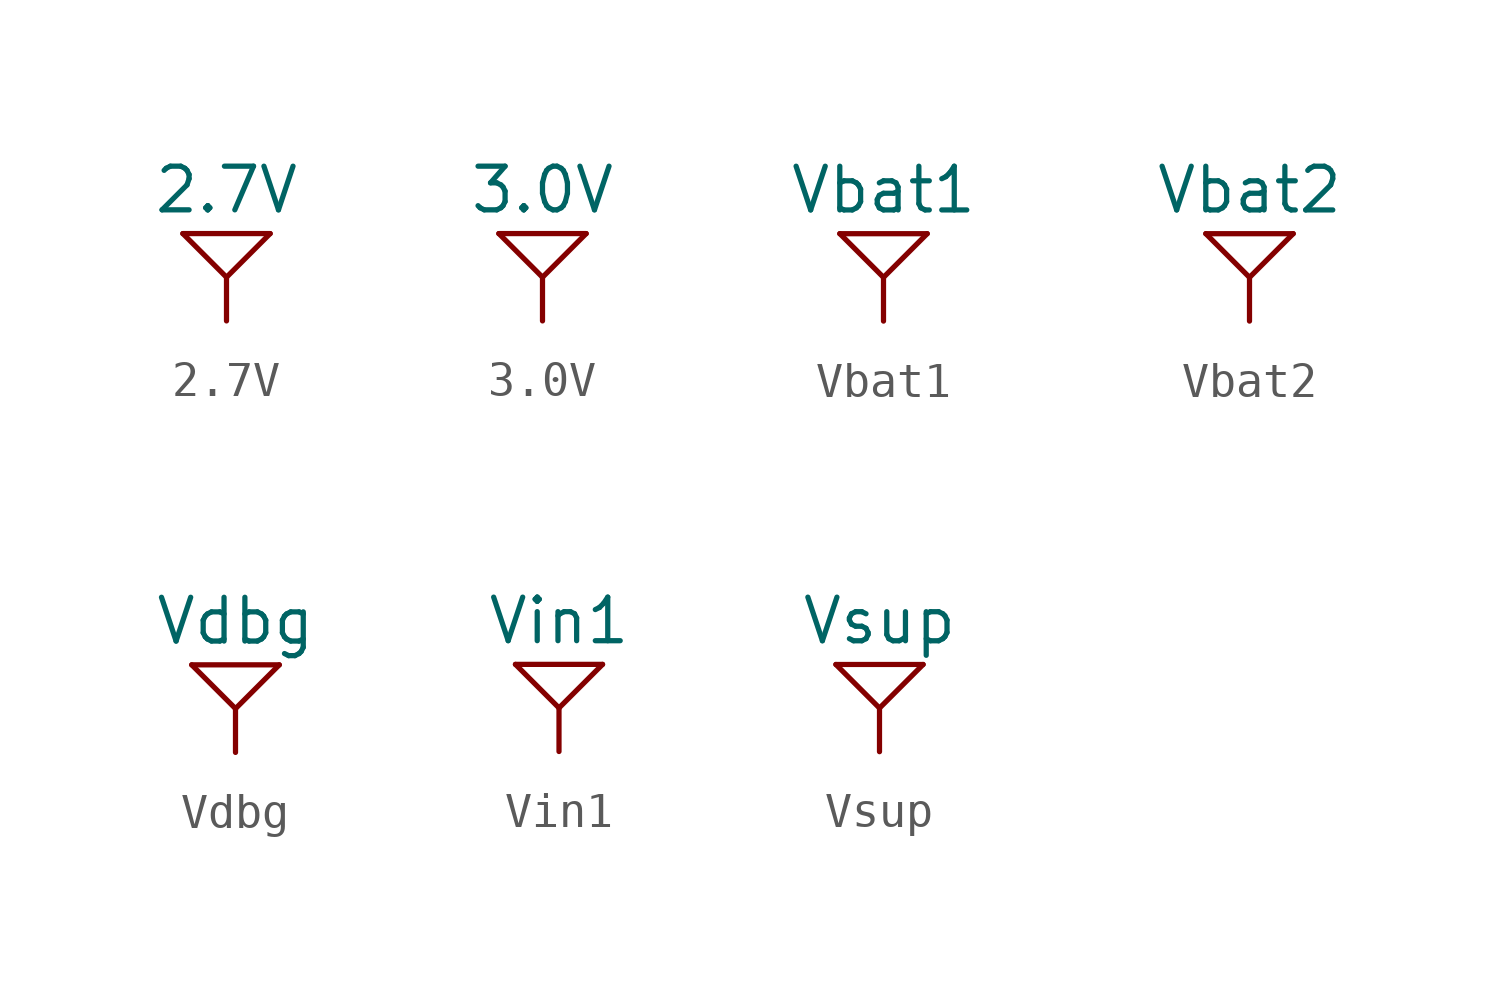
<source format=kicad_sym>
(kicad_symbol_lib
  (version 20211014)
  (generator kicad_symbol_editor)
  (symbol "2.7V"
    (power)
    (pin_names
      (offset 0))
    (property "Reference" "#PWR"
      (at 0 -2.54 0)
      (effects (font (size 1.27 1.27)) hide))
    (property "Value" "2.7V"
      (at 0 3.81 0)
      (effects (font (size 1.27 1.27))))
    (symbol "2.7V_0_1"
      (rectangle (start -1.27 2.54) (end 1.27 2.54) (stroke (width 0) (type default) (color 0 0 0 0)) (fill (type none)))
      (polyline (pts (xy -1.27 2.54) (xy 0 1.27)) (stroke (width 0) (type default) (color 0 0 0 0)) (fill (type none)))
      (polyline (pts (xy 0 0) (xy 0 1.27)) (stroke (width 0) (type default) (color 0 0 0 0)) (fill (type none)))
      (polyline (pts (xy 0 1.27) (xy 1.27 2.54)) (stroke (width 0) (type default) (color 0 0 0 0)) (fill (type none))))
    (symbol "2.7V_1_1"
      (pin power_in line (at 0 0 180) (length 0) hide (name "2.7V" (effects (font (size 1.27 1.27)))) (number "1" (effects (font (size 1.27 1.27)))))))
  (symbol "3.0V"
    (power)
    (pin_names
      (offset 0))
    (property "Reference" "#PWR"
      (at 0 -2.54 0)
      (effects (font (size 1.27 1.27)) hide))
    (property "Value" "3.0V"
      (at 0 3.81 0)
      (effects (font (size 1.27 1.27))))
    (symbol "3.0V_0_1"
      (rectangle (start -1.27 2.54) (end 1.27 2.54) (stroke (width 0) (type default) (color 0 0 0 0)) (fill (type none)))
      (polyline (pts (xy -1.27 2.54) (xy 0 1.27)) (stroke (width 0) (type default) (color 0 0 0 0)) (fill (type none)))
      (polyline (pts (xy 0 0) (xy 0 1.27)) (stroke (width 0) (type default) (color 0 0 0 0)) (fill (type none)))
      (polyline (pts (xy 0 1.27) (xy 1.27 2.54)) (stroke (width 0) (type default) (color 0 0 0 0)) (fill (type none))))
    (symbol "3.0V_1_1"
      (pin power_in line (at 0 0 180) (length 0) hide (name "3.0V" (effects (font (size 1.27 1.27)))) (number "1" (effects (font (size 1.27 1.27)))))))
  (symbol "Vbat1"
    (power)
    (pin_names
      (offset 0))
    (property "Reference" "#PWR"
      (at 0 -2.54 0)
      (effects (font (size 1.27 1.27)) hide))
    (property "Value" "Vbat1"
      (at 0 3.81 0)
      (effects (font (size 1.27 1.27))))
    (symbol "Vbat1_0_1"
      (rectangle (start -1.27 2.54) (end 1.27 2.54) (stroke (width 0) (type default) (color 0 0 0 0)) (fill (type none)))
      (polyline (pts (xy -1.27 2.54) (xy 0 1.27)) (stroke (width 0) (type default) (color 0 0 0 0)) (fill (type none)))
      (polyline (pts (xy 0 0) (xy 0 1.27)) (stroke (width 0) (type default) (color 0 0 0 0)) (fill (type none)))
      (polyline (pts (xy 0 1.27) (xy 1.27 2.54)) (stroke (width 0) (type default) (color 0 0 0 0)) (fill (type none))))
    (symbol "Vbat1_1_1"
      (pin power_in line (at 0 0 180) (length 0) hide (name "Vbat1" (effects (font (size 1.27 1.27)))) (number "1" (effects (font (size 1.27 1.27)))))))
  (symbol "Vbat2"
    (power)
    (pin_names
      (offset 0))
    (property "Reference" "#PWR"
      (at 0 -2.54 0)
      (effects (font (size 1.27 1.27)) hide))
    (property "Value" "Vbat2"
      (at 0 3.81 0)
      (effects (font (size 1.27 1.27))))
    (symbol "Vbat2_0_1"
      (rectangle (start -1.27 2.54) (end 1.27 2.54) (stroke (width 0) (type default) (color 0 0 0 0)) (fill (type none)))
      (polyline (pts (xy -1.27 2.54) (xy 0 1.27)) (stroke (width 0) (type default) (color 0 0 0 0)) (fill (type none)))
      (polyline (pts (xy 0 0) (xy 0 1.27)) (stroke (width 0) (type default) (color 0 0 0 0)) (fill (type none)))
      (polyline (pts (xy 0 1.27) (xy 1.27 2.54)) (stroke (width 0) (type default) (color 0 0 0 0)) (fill (type none))))
    (symbol "Vbat2_1_1"
      (pin power_in line (at 0 0 180) (length 0) hide (name "Vbat2" (effects (font (size 1.27 1.27)))) (number "1" (effects (font (size 1.27 1.27)))))))
  (symbol "Vdbg"
    (power)
    (pin_names
      (offset 0))
    (property "Reference" "#PWR"
      (at 0 -2.54 0)
      (effects (font (size 1.27 1.27)) hide))
    (property "Value" "Vdbg"
      (at 0 3.81 0)
      (effects (font (size 1.27 1.27))))
    (symbol "Vdbg_0_1"
      (rectangle (start -1.27 2.54) (end 1.27 2.54) (stroke (width 0) (type default) (color 0 0 0 0)) (fill (type none)))
      (polyline (pts (xy -1.27 2.54) (xy 0 1.27)) (stroke (width 0) (type default) (color 0 0 0 0)) (fill (type none)))
      (polyline (pts (xy 0 0) (xy 0 1.27)) (stroke (width 0) (type default) (color 0 0 0 0)) (fill (type none)))
      (polyline (pts (xy 0 1.27) (xy 1.27 2.54)) (stroke (width 0) (type default) (color 0 0 0 0)) (fill (type none))))
    (symbol "Vdbg_1_1"
      (pin power_in line (at 0 0 180) (length 0) hide (name "Vdbg" (effects (font (size 1.27 1.27)))) (number "1" (effects (font (size 1.27 1.27)))))))
  (symbol "Vin1"
    (power)
    (pin_names
      (offset 0))
    (property "Reference" "#PWR"
      (at 0 -2.54 0)
      (effects (font (size 1.27 1.27)) hide))
    (property "Value" "Vin1"
      (at 0 3.81 0)
      (effects (font (size 1.27 1.27))))
    (symbol "Vin1_0_1"
      (rectangle (start -1.27 2.54) (end 1.27 2.54) (stroke (width 0) (type default) (color 0 0 0 0)) (fill (type none)))
      (polyline (pts (xy -1.27 2.54) (xy 0 1.27)) (stroke (width 0) (type default) (color 0 0 0 0)) (fill (type none)))
      (polyline (pts (xy 0 0) (xy 0 1.27)) (stroke (width 0) (type default) (color 0 0 0 0)) (fill (type none)))
      (polyline (pts (xy 0 1.27) (xy 1.27 2.54)) (stroke (width 0) (type default) (color 0 0 0 0)) (fill (type none))))
    (symbol "Vin1_1_1"
      (pin power_in line (at 0 0 180) (length 0) hide (name "Vin1" (effects (font (size 1.27 1.27)))) (number "1" (effects (font (size 1.27 1.27)))))))
  (symbol "Vsup"
    (power)
    (pin_names
      (offset 0))
    (property "Reference" "#PWR"
      (at 0 -2.54 0)
      (effects (font (size 1.27 1.27)) hide))
    (property "Value" "Vsup"
      (at 0 3.81 0)
      (effects (font (size 1.27 1.27))))
    (symbol "Vsup_0_1"
      (rectangle (start -1.27 2.54) (end 1.27 2.54) (stroke (width 0) (type default) (color 0 0 0 0)) (fill (type none)))
      (polyline (pts (xy -1.27 2.54) (xy 0 1.27)) (stroke (width 0) (type default) (color 0 0 0 0)) (fill (type none)))
      (polyline (pts (xy 0 0) (xy 0 1.27)) (stroke (width 0) (type default) (color 0 0 0 0)) (fill (type none)))
      (polyline (pts (xy 0 1.27) (xy 1.27 2.54)) (stroke (width 0) (type default) (color 0 0 0 0)) (fill (type none))))
    (symbol "Vsup_1_1"
      (pin power_in line (at 0 0 180) (length 0) hide (name "Vsup" (effects (font (size 1.27 1.27)))) (number "1" (effects (font (size 1.27 1.27))))))))
</source>
